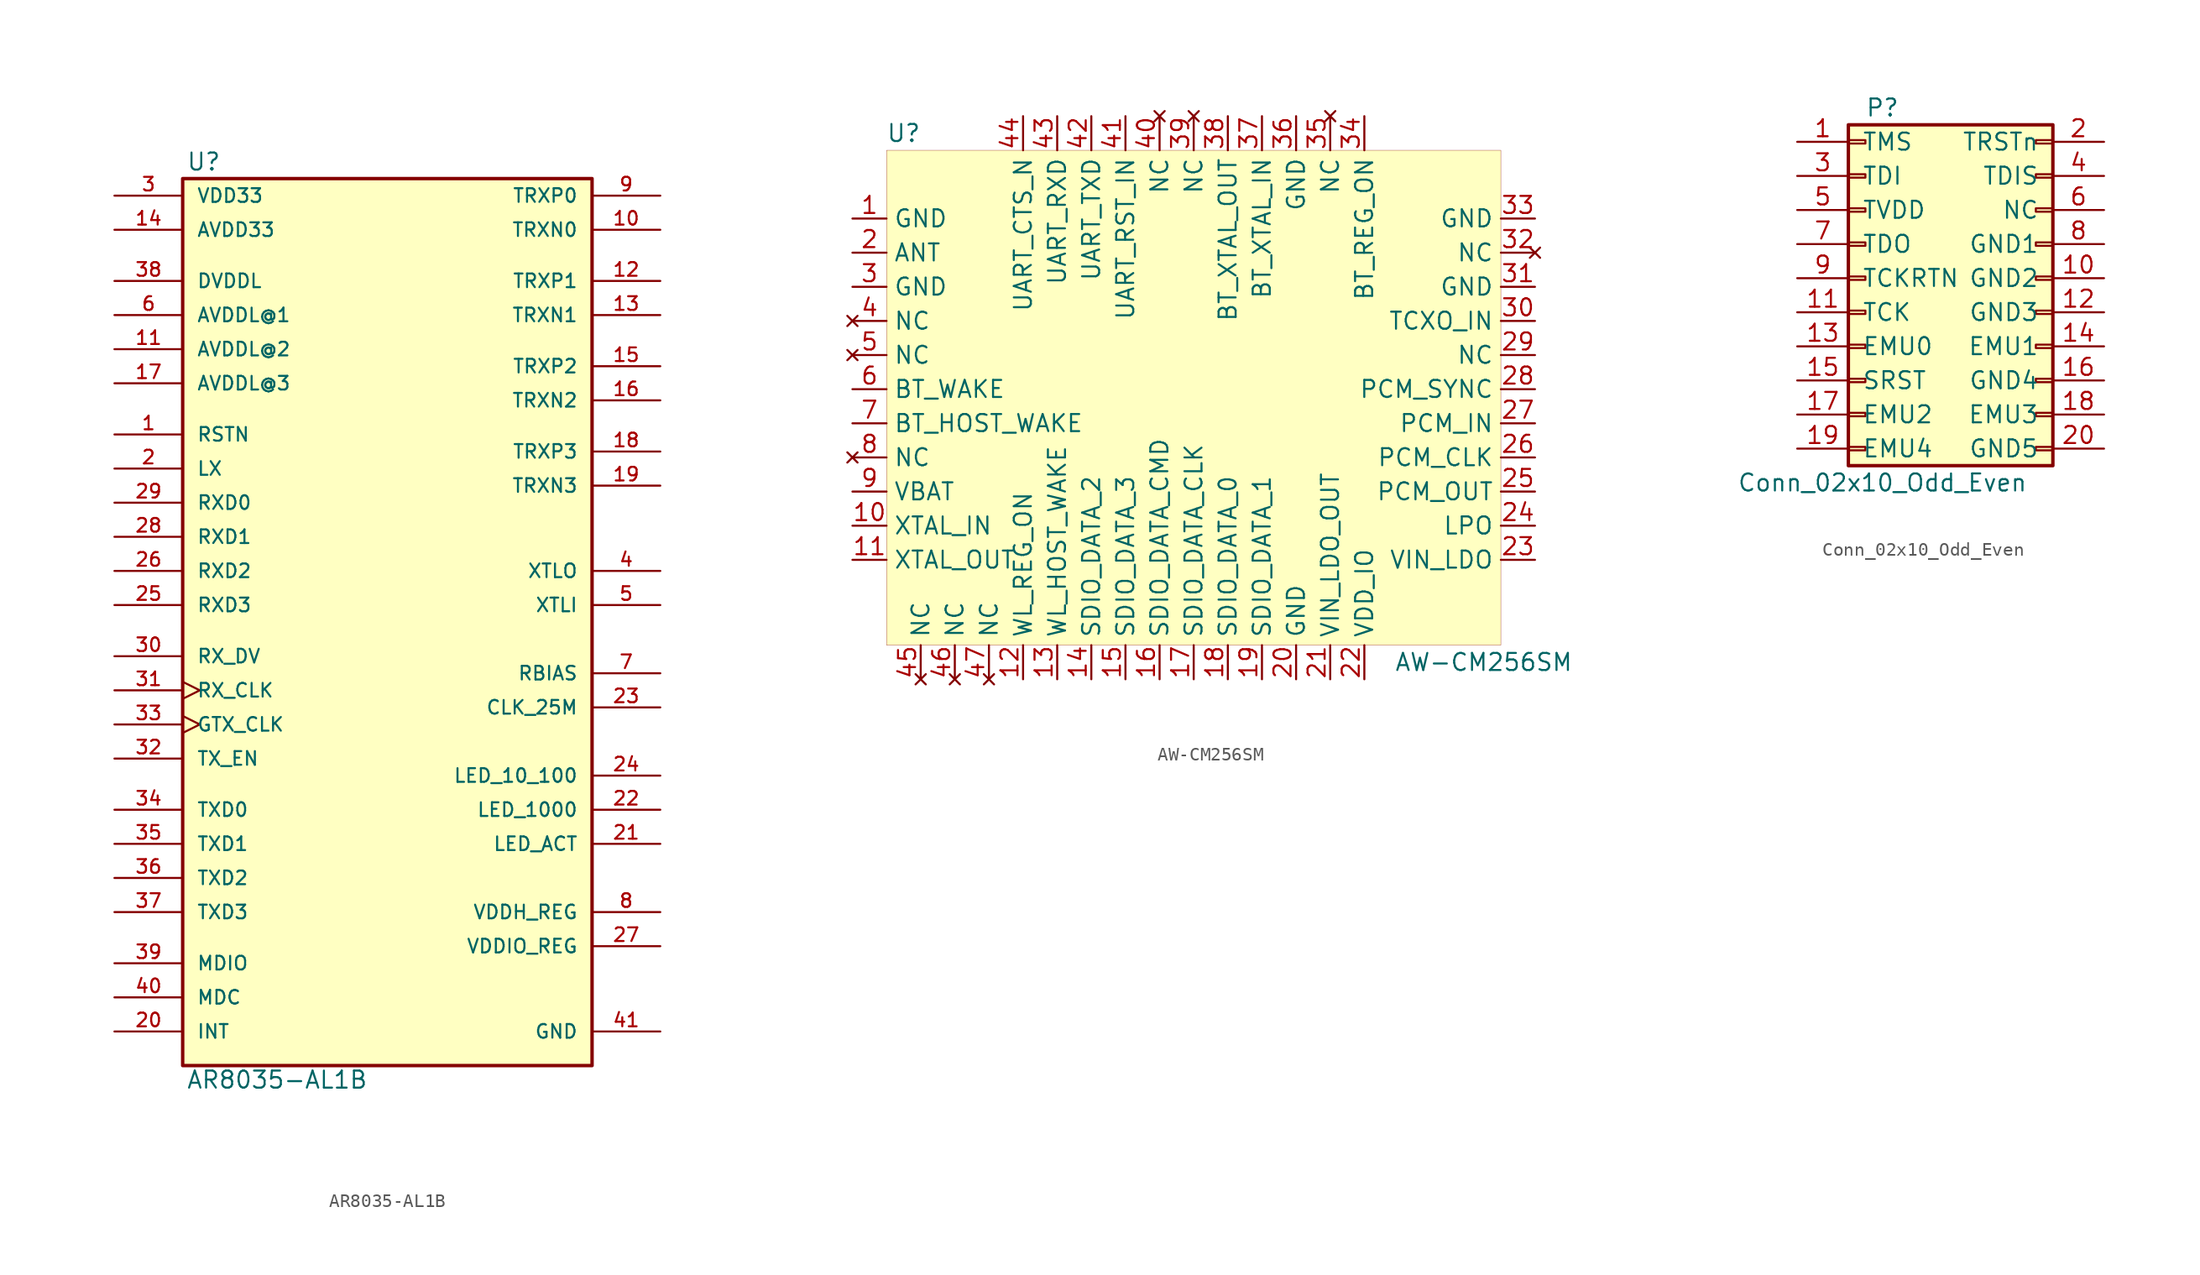
<source format=kicad_sym>
(kicad_symbol_lib
  (version 20201005)
  (generator kicad_symbol_editor)
  (symbol "beaglebone-ai:AR8035-AL1B"
    (pin_names
      (offset 1.016))
    (property "Reference" "U"
      (at -14.986 33.528 0)
      (effects (font (size 1.27 1.27)) (justify left bottom)))
    (property "Value" "AR8035-AL1B"
      (at -14.986 -34.823 0)
      (effects (font (size 1.27 1.27)) (justify left bottom)))
    (symbol "AR8035-AL1B_0_0"
      (rectangle (start -15.24 -33.02) (end 15.24 33.02) (stroke (width 0.254)) (fill (type background)))
      (pin power_in line (at -20.32 31.75 0) (length 5.08) (name "VDD33" (effects (font (size 1.016 1.016)))) (number "3" (effects (font (size 1.016 1.016)))))
      (pin output line (at 20.32 3.81 180) (length 5.08) (name "XTLO" (effects (font (size 1.016 1.016)))) (number "4" (effects (font (size 1.016 1.016)))))
      (pin input line (at 20.32 1.27 180) (length 5.08) (name "XTLI" (effects (font (size 1.016 1.016)))) (number "5" (effects (font (size 1.016 1.016)))))
      (pin power_in line (at -20.32 22.86 0) (length 5.08) (name "AVDDL@1" (effects (font (size 1.016 1.016)))) (number "6" (effects (font (size 1.016 1.016)))))
      (pin output line (at 20.32 -3.81 180) (length 5.08) (name "RBIAS" (effects (font (size 1.016 1.016)))) (number "7" (effects (font (size 1.016 1.016)))))
      (pin power_out line (at 20.32 -21.59 180) (length 5.08) (name "VDDH_REG" (effects (font (size 1.016 1.016)))) (number "8" (effects (font (size 1.016 1.016)))))
      (pin input line (at 20.32 31.75 180) (length 5.08) (name "TRXP0" (effects (font (size 1.016 1.016)))) (number "9" (effects (font (size 1.016 1.016)))))
      (pin power_in line (at -20.32 20.32 0) (length 5.08) (name "AVDDL@2" (effects (font (size 1.016 1.016)))) (number "11" (effects (font (size 1.016 1.016)))))
      (pin output line (at 20.32 29.21 180) (length 5.08) (name "TRXN0" (effects (font (size 1.016 1.016)))) (number "10" (effects (font (size 1.016 1.016)))))
      (pin input line (at 20.32 25.4 180) (length 5.08) (name "TRXP1" (effects (font (size 1.016 1.016)))) (number "12" (effects (font (size 1.016 1.016)))))
      (pin output line (at 20.32 22.86 180) (length 5.08) (name "TRXN1" (effects (font (size 1.016 1.016)))) (number "13" (effects (font (size 1.016 1.016)))))
      (pin input line (at 20.32 19.05 180) (length 5.08) (name "TRXP2" (effects (font (size 1.016 1.016)))) (number "15" (effects (font (size 1.016 1.016)))))
      (pin input line (at 20.32 12.7 180) (length 5.08) (name "TRXP3" (effects (font (size 1.016 1.016)))) (number "18" (effects (font (size 1.016 1.016)))))
      (pin output line (at 20.32 16.51 180) (length 5.08) (name "TRXN2" (effects (font (size 1.016 1.016)))) (number "16" (effects (font (size 1.016 1.016)))))
      (pin output line (at 20.32 10.16 180) (length 5.08) (name "TRXN3" (effects (font (size 1.016 1.016)))) (number "19" (effects (font (size 1.016 1.016)))))
      (pin power_in line (at -20.32 29.21 0) (length 5.08) (name "AVDD33" (effects (font (size 1.016 1.016)))) (number "14" (effects (font (size 1.016 1.016)))))
      (pin power_in line (at -20.32 17.78 0) (length 5.08) (name "AVDDL@3" (effects (font (size 1.016 1.016)))) (number "17" (effects (font (size 1.016 1.016)))))
      (pin bidirectional line (at -20.32 -30.48 0) (length 5.08) (name "INT" (effects (font (size 1.016 1.016)))) (number "20" (effects (font (size 1.016 1.016)))))
      (pin output line (at -20.32 11.43 0) (length 5.08) (name "LX" (effects (font (size 1.016 1.016)))) (number "2" (effects (font (size 1.016 1.016)))))
      (pin input line (at -20.32 13.97 0) (length 5.08) (name "RSTN" (effects (font (size 1.016 1.016)))) (number "1" (effects (font (size 1.016 1.016)))))
      (pin output line (at 20.32 -6.35 180) (length 5.08) (name "CLK_25M" (effects (font (size 1.016 1.016)))) (number "23" (effects (font (size 1.016 1.016)))))
      (pin bidirectional line (at 20.32 -11.43 180) (length 5.08) (name "LED_10_100" (effects (font (size 1.016 1.016)))) (number "24" (effects (font (size 1.016 1.016)))))
      (pin bidirectional line (at -20.32 1.27 0) (length 5.08) (name "RXD3" (effects (font (size 1.016 1.016)))) (number "25" (effects (font (size 1.016 1.016)))))
      (pin bidirectional line (at -20.32 3.81 0) (length 5.08) (name "RXD2" (effects (font (size 1.016 1.016)))) (number "26" (effects (font (size 1.016 1.016)))))
      (pin power_out line (at 20.32 -24.13 180) (length 5.08) (name "VDDIO_REG" (effects (font (size 1.016 1.016)))) (number "27" (effects (font (size 1.016 1.016)))))
      (pin bidirectional line (at -20.32 6.35 0) (length 5.08) (name "RXD1" (effects (font (size 1.016 1.016)))) (number "28" (effects (font (size 1.016 1.016)))))
      (pin bidirectional line (at -20.32 8.89 0) (length 5.08) (name "RXD0" (effects (font (size 1.016 1.016)))) (number "29" (effects (font (size 1.016 1.016)))))
      (pin bidirectional clock (at -20.32 -5.08 0) (length 5.08) (name "RX_CLK" (effects (font (size 1.016 1.016)))) (number "31" (effects (font (size 1.016 1.016)))))
      (pin bidirectional line (at -20.32 -2.54 0) (length 5.08) (name "RX_DV" (effects (font (size 1.016 1.016)))) (number "30" (effects (font (size 1.016 1.016)))))
      (pin input line (at -20.32 -10.16 0) (length 5.08) (name "TX_EN" (effects (font (size 1.016 1.016)))) (number "32" (effects (font (size 1.016 1.016)))))
      (pin input clock (at -20.32 -7.62 0) (length 5.08) (name "GTX_CLK" (effects (font (size 1.016 1.016)))) (number "33" (effects (font (size 1.016 1.016)))))
      (pin input line (at -20.32 -13.97 0) (length 5.08) (name "TXD0" (effects (font (size 1.016 1.016)))) (number "34" (effects (font (size 1.016 1.016)))))
      (pin input line (at -20.32 -16.51 0) (length 5.08) (name "TXD1" (effects (font (size 1.016 1.016)))) (number "35" (effects (font (size 1.016 1.016)))))
      (pin input line (at -20.32 -19.05 0) (length 5.08) (name "TXD2" (effects (font (size 1.016 1.016)))) (number "36" (effects (font (size 1.016 1.016)))))
      (pin input line (at -20.32 -21.59 0) (length 5.08) (name "TXD3" (effects (font (size 1.016 1.016)))) (number "37" (effects (font (size 1.016 1.016)))))
      (pin power_in line (at -20.32 25.4 0) (length 5.08) (name "DVDDL" (effects (font (size 1.016 1.016)))) (number "38" (effects (font (size 1.016 1.016)))))
      (pin bidirectional line (at -20.32 -25.4 0) (length 5.08) (name "MDIO" (effects (font (size 1.016 1.016)))) (number "39" (effects (font (size 1.016 1.016)))))
      (pin input line (at -20.32 -27.94 0) (length 5.08) (name "MDC" (effects (font (size 1.016 1.016)))) (number "40" (effects (font (size 1.016 1.016)))))
      (pin bidirectional line (at 20.32 -13.97 180) (length 5.08) (name "LED_1000" (effects (font (size 1.016 1.016)))) (number "22" (effects (font (size 1.016 1.016)))))
      (pin bidirectional line (at 20.32 -16.51 180) (length 5.08) (name "LED_ACT" (effects (font (size 1.016 1.016)))) (number "21" (effects (font (size 1.016 1.016)))))
      (pin power_in line (at 20.32 -30.48 180) (length 5.08) (name "GND" (effects (font (size 1.016 1.016)))) (number "41" (effects (font (size 1.016 1.016)))))))
  (symbol "beaglebone-ai:AW-CM256SM"
    (property "Reference" "U"
      (at -12.7 19.05 0)
      (effects (font (size 1.27 1.27))))
    (property "Value" "AW-CM256SM"
      (at 30.48 -20.32 0)
      (effects (font (size 1.27 1.27))))
    (symbol "AW-CM256SM_0_0"
      (pin power_in line (at -16.51 12.7 0) (length 2.54) (name "GND" (effects (font (size 1.27 1.27)))) (number "1" (effects (font (size 1.27 1.27)))))
      (pin passive line (at -16.51 10.16 0) (length 2.54) (name "ANT" (effects (font (size 1.27 1.27)))) (number "2" (effects (font (size 1.27 1.27)))))
      (pin power_in line (at -16.51 7.62 0) (length 2.54) (name "GND" (effects (font (size 1.27 1.27)))) (number "3" (effects (font (size 1.27 1.27)))))
      (pin no_connect line (at -16.51 5.08 0) (length 2.54) (name "NC" (effects (font (size 1.27 1.27)))) (number "4" (effects (font (size 1.27 1.27)))))
      (pin no_connect line (at -16.51 2.54 0) (length 2.54) (name "NC" (effects (font (size 1.27 1.27)))) (number "5" (effects (font (size 1.27 1.27)))))
      (pin bidirectional line (at -16.51 0 0) (length 2.54) (name "BT_WAKE" (effects (font (size 1.27 1.27)))) (number "6" (effects (font (size 1.27 1.27)))))
      (pin bidirectional line (at -16.51 -2.54 0) (length 2.54) (name "BT_HOST_WAKE" (effects (font (size 1.27 1.27)))) (number "7" (effects (font (size 1.27 1.27)))))
      (pin no_connect line (at -16.51 -5.08 0) (length 2.54) (name "NC" (effects (font (size 1.27 1.27)))) (number "8" (effects (font (size 1.27 1.27)))))
      (pin power_in line (at -16.51 -7.62 0) (length 2.54) (name "VBAT" (effects (font (size 1.27 1.27)))) (number "9" (effects (font (size 1.27 1.27)))))
      (pin passive line (at -16.51 -10.16 0) (length 2.54) (name "XTAL_IN" (effects (font (size 1.27 1.27)))) (number "10" (effects (font (size 1.27 1.27)))))
      (pin passive line (at -16.51 -12.7 0) (length 2.54) (name "XTAL_OUT" (effects (font (size 1.27 1.27)))) (number "11" (effects (font (size 1.27 1.27)))))
      (pin bidirectional line (at -3.81 -21.59 90) (length 2.54) (name "WL_REG_ON" (effects (font (size 1.27 1.27)))) (number "12" (effects (font (size 1.27 1.27)))))
      (pin bidirectional line (at -1.27 -21.59 90) (length 2.54) (name "WL_HOST_WAKE" (effects (font (size 1.27 1.27)))) (number "13" (effects (font (size 1.27 1.27)))))
      (pin bidirectional line (at 1.27 -21.59 90) (length 2.54) (name "SDIO_DATA_2" (effects (font (size 1.27 1.27)))) (number "14" (effects (font (size 1.27 1.27)))))
      (pin bidirectional line (at 3.81 -21.59 90) (length 2.54) (name "SDIO_DATA_3" (effects (font (size 1.27 1.27)))) (number "15" (effects (font (size 1.27 1.27)))))
      (pin input line (at 6.35 -21.59 90) (length 2.54) (name "SDIO_DATA_CMD" (effects (font (size 1.27 1.27)))) (number "16" (effects (font (size 1.27 1.27)))))
      (pin input line (at 8.89 -21.59 90) (length 2.54) (name "SDIO_DATA_CLK" (effects (font (size 1.27 1.27)))) (number "17" (effects (font (size 1.27 1.27)))))
      (pin bidirectional line (at 11.43 -21.59 90) (length 2.54) (name "SDIO_DATA_0" (effects (font (size 1.27 1.27)))) (number "18" (effects (font (size 1.27 1.27)))))
      (pin bidirectional line (at 13.97 -21.59 90) (length 2.54) (name "SDIO_DATA_1" (effects (font (size 1.27 1.27)))) (number "19" (effects (font (size 1.27 1.27)))))
      (pin power_in line (at 16.51 -21.59 90) (length 2.54) (name "GND" (effects (font (size 1.27 1.27)))) (number "20" (effects (font (size 1.27 1.27)))))
      (pin power_out line (at 19.05 -21.59 90) (length 2.54) (name "VIN_LDO_OUT" (effects (font (size 1.27 1.27)))) (number "21" (effects (font (size 1.27 1.27)))))
      (pin power_in line (at 21.59 -21.59 90) (length 2.54) (name "VDD_IO" (effects (font (size 1.27 1.27)))) (number "22" (effects (font (size 1.27 1.27)))))
      (pin power_in line (at 34.29 -12.7 180) (length 2.54) (name "VIN_LDO" (effects (font (size 1.27 1.27)))) (number "23" (effects (font (size 1.27 1.27)))))
      (pin input line (at 34.29 -10.16 180) (length 2.54) (name "LPO" (effects (font (size 1.27 1.27)))) (number "24" (effects (font (size 1.27 1.27)))))
      (pin output line (at 34.29 -7.62 180) (length 2.54) (name "PCM_OUT" (effects (font (size 1.27 1.27)))) (number "25" (effects (font (size 1.27 1.27)))))
      (pin input line (at 34.29 -5.08 180) (length 2.54) (name "PCM_CLK" (effects (font (size 1.27 1.27)))) (number "26" (effects (font (size 1.27 1.27)))))
      (pin input line (at 34.29 -2.54 180) (length 2.54) (name "PCM_IN" (effects (font (size 1.27 1.27)))) (number "27" (effects (font (size 1.27 1.27)))))
      (pin input line (at 34.29 0 180) (length 2.54) (name "PCM_SYNC" (effects (font (size 1.27 1.27)))) (number "28" (effects (font (size 1.27 1.27)))))
      (pin passive line (at 34.29 2.54 180) (length 2.54) (name "NC" (effects (font (size 1.27 1.27)))) (number "29" (effects (font (size 1.27 1.27)))))
      (pin input line (at 34.29 5.08 180) (length 2.54) (name "TCXO_IN" (effects (font (size 1.27 1.27)))) (number "30" (effects (font (size 1.27 1.27)))))
      (pin power_in line (at 34.29 7.62 180) (length 2.54) (name "GND" (effects (font (size 1.27 1.27)))) (number "31" (effects (font (size 1.27 1.27)))))
      (pin no_connect line (at 34.29 10.16 180) (length 2.54) (name "NC" (effects (font (size 1.27 1.27)))) (number "32" (effects (font (size 1.27 1.27)))))
      (pin power_in line (at 34.29 12.7 180) (length 2.54) (name "GND" (effects (font (size 1.27 1.27)))) (number "33" (effects (font (size 1.27 1.27)))))
      (pin input line (at 21.59 20.32 270) (length 2.54) (name "BT_REG_ON" (effects (font (size 1.27 1.27)))) (number "34" (effects (font (size 1.27 1.27)))))
      (pin no_connect line (at 19.05 20.32 270) (length 2.54) (name "NC" (effects (font (size 1.27 1.27)))) (number "35" (effects (font (size 1.27 1.27)))))
      (pin power_in line (at 16.51 20.32 270) (length 2.54) (name "GND" (effects (font (size 1.27 1.27)))) (number "36" (effects (font (size 1.27 1.27)))))
      (pin input line (at 13.97 20.32 270) (length 2.54) (name "BT_XTAL_IN" (effects (font (size 1.27 1.27)))) (number "37" (effects (font (size 1.27 1.27)))))
      (pin output line (at 11.43 20.32 270) (length 2.54) (name "BT_XTAL_OUT" (effects (font (size 1.27 1.27)))) (number "38" (effects (font (size 1.27 1.27)))))
      (pin no_connect line (at 8.89 20.32 270) (length 2.54) (name "NC" (effects (font (size 1.27 1.27)))) (number "39" (effects (font (size 1.27 1.27)))))
      (pin no_connect line (at 6.35 20.32 270) (length 2.54) (name "NC" (effects (font (size 1.27 1.27)))) (number "40" (effects (font (size 1.27 1.27)))))
      (pin input line (at 3.81 20.32 270) (length 2.54) (name "UART_RST_IN" (effects (font (size 1.27 1.27)))) (number "41" (effects (font (size 1.27 1.27)))))
      (pin input line (at 1.27 20.32 270) (length 2.54) (name "UART_TXD" (effects (font (size 1.27 1.27)))) (number "42" (effects (font (size 1.27 1.27)))))
      (pin output line (at -1.27 20.32 270) (length 2.54) (name "UART_RXD" (effects (font (size 1.27 1.27)))) (number "43" (effects (font (size 1.27 1.27)))))
      (pin input line (at -3.81 20.32 270) (length 2.54) (name "UART_CTS_N" (effects (font (size 1.27 1.27)))) (number "44" (effects (font (size 1.27 1.27)))))
      (pin no_connect line (at -11.43 -21.59 90) (length 2.54) (name "NC" (effects (font (size 1.27 1.27)))) (number "45" (effects (font (size 1.27 1.27)))))
      (pin no_connect line (at -8.89 -21.59 90) (length 2.54) (name "NC" (effects (font (size 1.27 1.27)))) (number "46" (effects (font (size 1.27 1.27)))))
      (pin no_connect line (at -6.35 -21.59 90) (length 2.54) (name "NC" (effects (font (size 1.27 1.27)))) (number "47" (effects (font (size 1.27 1.27))))))
    (symbol "AW-CM256SM_0_1"
      (rectangle (start -13.97 17.78) (end 31.75 -19.05) (stroke (width 0.001)) (fill (type background)))))
  (symbol "beaglebone-ai:Conn_02x10_Odd_Even"
    (pin_names
      (offset 1.016))
    (property "Reference" "P"
      (at -5.08 12.7 0)
      (effects (font (size 1.27 1.27))))
    (property "Value" "Conn_02x10_Odd_Even"
      (at -5.08 -15.24 0)
      (effects (font (size 1.27 1.27))))
    (symbol "Conn_02x10_Odd_Even_1_1"
      (rectangle (start -7.62 -4.953) (end -6.35 -5.207) (stroke (width 0.152)) (fill (type none)))
      (rectangle (start -7.62 -7.493) (end -6.35 -7.747) (stroke (width 0.152)) (fill (type none)))
      (rectangle (start -7.62 -10.033) (end -6.35 -10.287) (stroke (width 0.152)) (fill (type none)))
      (rectangle (start -7.62 -12.573) (end -6.35 -12.827) (stroke (width 0.152)) (fill (type none)))
      (rectangle (start -7.62 -2.413) (end -6.35 -2.667) (stroke (width 0.152)) (fill (type none)))
      (rectangle (start -7.62 2.667) (end -6.35 2.413) (stroke (width 0.152)) (fill (type none)))
      (rectangle (start -7.62 5.207) (end -6.35 4.953) (stroke (width 0.152)) (fill (type none)))
      (rectangle (start -7.62 7.747) (end -6.35 7.493) (stroke (width 0.152)) (fill (type none)))
      (rectangle (start -7.62 10.287) (end -6.35 10.033) (stroke (width 0.152)) (fill (type none)))
      (rectangle (start -7.62 11.43) (end 7.62 -13.97) (stroke (width 0.254)) (fill (type background)))
      (rectangle (start -7.62 0.127) (end -6.35 -0.127) (stroke (width 0.152)) (fill (type none)))
      (rectangle (start 7.62 -4.953) (end 6.35 -5.207) (stroke (width 0.152)) (fill (type none)))
      (rectangle (start 7.62 -7.493) (end 6.35 -7.747) (stroke (width 0.152)) (fill (type none)))
      (rectangle (start 7.62 -10.033) (end 6.35 -10.287) (stroke (width 0.152)) (fill (type none)))
      (rectangle (start 7.62 -12.573) (end 6.35 -12.827) (stroke (width 0.152)) (fill (type none)))
      (rectangle (start 7.62 -2.413) (end 6.35 -2.667) (stroke (width 0.152)) (fill (type none)))
      (rectangle (start 7.62 2.667) (end 6.35 2.413) (stroke (width 0.152)) (fill (type none)))
      (rectangle (start 7.62 5.207) (end 6.35 4.953) (stroke (width 0.152)) (fill (type none)))
      (rectangle (start 7.62 7.747) (end 6.35 7.493) (stroke (width 0.152)) (fill (type none)))
      (rectangle (start 7.62 10.287) (end 6.35 10.033) (stroke (width 0.152)) (fill (type none)))
      (rectangle (start 7.62 0.127) (end 6.35 -0.127) (stroke (width 0.152)) (fill (type none)))
      (pin passive line (at -11.43 10.16 0) (length 3.81) (name "TMS" (effects (font (size 1.27 1.27)))) (number "1" (effects (font (size 1.27 1.27)))))
      (pin passive line (at 11.43 0 180) (length 3.81) (name "GND2" (effects (font (size 1.27 1.27)))) (number "10" (effects (font (size 1.27 1.27)))))
      (pin passive line (at -11.43 -2.54 0) (length 3.81) (name "TCK" (effects (font (size 1.27 1.27)))) (number "11" (effects (font (size 1.27 1.27)))))
      (pin passive line (at 11.43 -2.54 180) (length 3.81) (name "GND3" (effects (font (size 1.27 1.27)))) (number "12" (effects (font (size 1.27 1.27)))))
      (pin passive line (at -11.43 -5.08 0) (length 3.81) (name "EMU0" (effects (font (size 1.27 1.27)))) (number "13" (effects (font (size 1.27 1.27)))))
      (pin passive line (at 11.43 -5.08 180) (length 3.81) (name "EMU1" (effects (font (size 1.27 1.27)))) (number "14" (effects (font (size 1.27 1.27)))))
      (pin passive line (at -11.43 -7.62 0) (length 3.81) (name "SRST" (effects (font (size 1.27 1.27)))) (number "15" (effects (font (size 1.27 1.27)))))
      (pin passive line (at 11.43 -7.62 180) (length 3.81) (name "GND4" (effects (font (size 1.27 1.27)))) (number "16" (effects (font (size 1.27 1.27)))))
      (pin passive line (at -11.43 -10.16 0) (length 3.81) (name "EMU2" (effects (font (size 1.27 1.27)))) (number "17" (effects (font (size 1.27 1.27)))))
      (pin passive line (at 11.43 -10.16 180) (length 3.81) (name "EMU3" (effects (font (size 1.27 1.27)))) (number "18" (effects (font (size 1.27 1.27)))))
      (pin passive line (at -11.43 -12.7 0) (length 3.81) (name "EMU4" (effects (font (size 1.27 1.27)))) (number "19" (effects (font (size 1.27 1.27)))))
      (pin passive line (at 11.43 10.16 180) (length 3.81) (name "TRSTn" (effects (font (size 1.27 1.27)))) (number "2" (effects (font (size 1.27 1.27)))))
      (pin passive line (at 11.43 -12.7 180) (length 3.81) (name "GND5" (effects (font (size 1.27 1.27)))) (number "20" (effects (font (size 1.27 1.27)))))
      (pin passive line (at -11.43 7.62 0) (length 3.81) (name "TDI" (effects (font (size 1.27 1.27)))) (number "3" (effects (font (size 1.27 1.27)))))
      (pin passive line (at 11.43 7.62 180) (length 3.81) (name "TDIS" (effects (font (size 1.27 1.27)))) (number "4" (effects (font (size 1.27 1.27)))))
      (pin passive line (at -11.43 5.08 0) (length 3.81) (name "TVDD" (effects (font (size 1.27 1.27)))) (number "5" (effects (font (size 1.27 1.27)))))
      (pin passive line (at 11.43 5.08 180) (length 3.81) (name "NC" (effects (font (size 1.27 1.27)))) (number "6" (effects (font (size 1.27 1.27)))))
      (pin passive line (at -11.43 2.54 0) (length 3.81) (name "TDO" (effects (font (size 1.27 1.27)))) (number "7" (effects (font (size 1.27 1.27)))))
      (pin passive line (at 11.43 2.54 180) (length 3.81) (name "GND1" (effects (font (size 1.27 1.27)))) (number "8" (effects (font (size 1.27 1.27)))))
      (pin passive line (at -11.43 0 0) (length 3.81) (name "TCKRTN" (effects (font (size 1.27 1.27)))) (number "9" (effects (font (size 1.27 1.27))))))))
</source>
